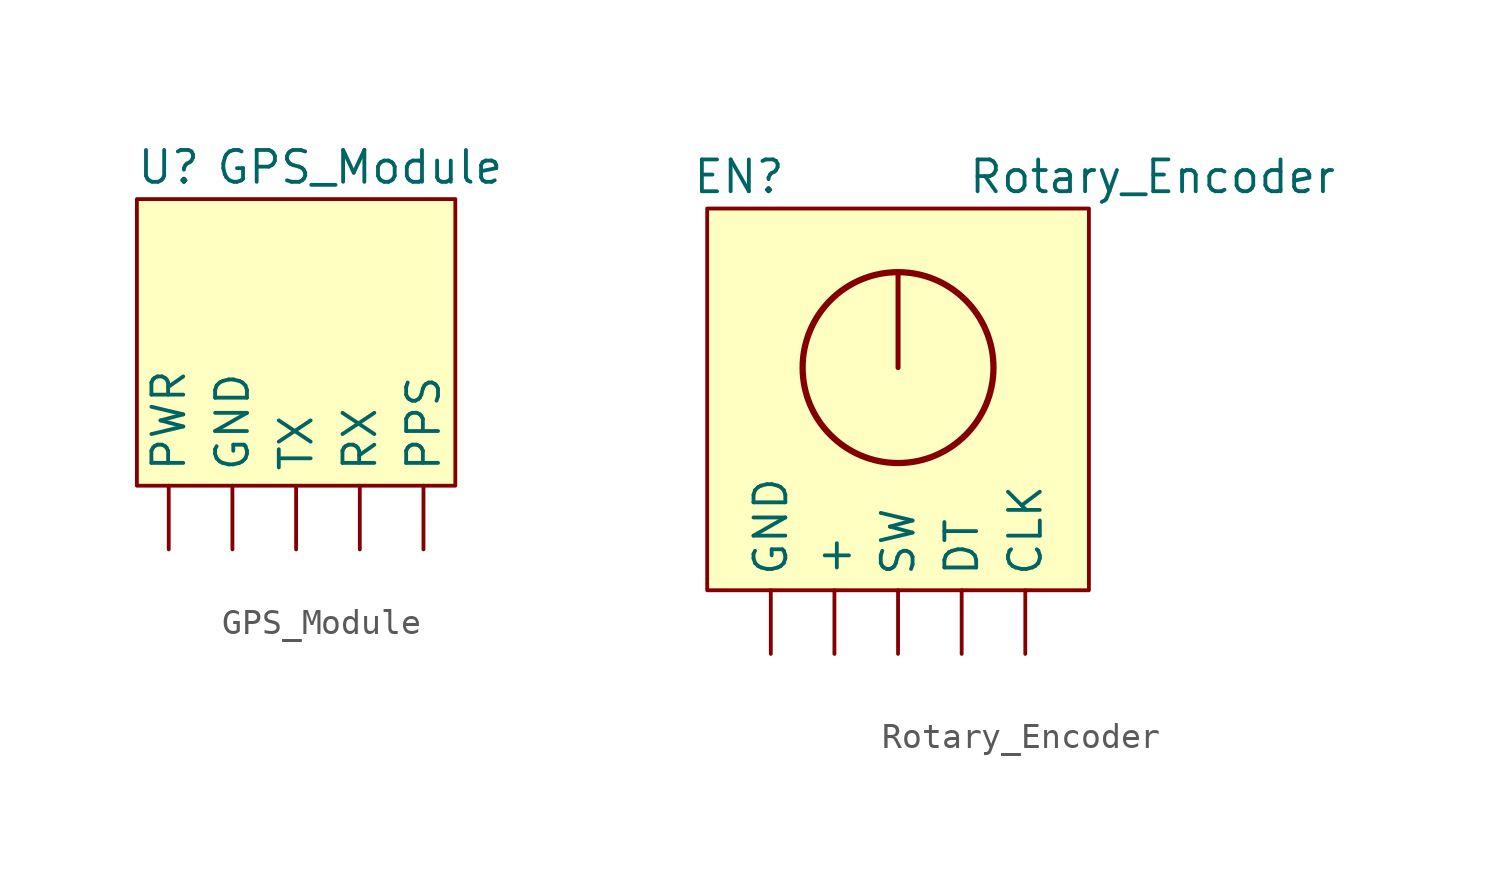
<source format=kicad_sym>
(kicad_symbol_lib
  (version 20211014)
  (generator kicad_symbol_editor)
  (symbol "GPS_Module"
    (property "Reference" "U"
      (at -5.08 7.62 0)
      (effects (font (size 1.27 1.27))))
    (property "Value" "GPS_Module"
      (at 2.54 7.62 0)
      (effects (font (size 1.27 1.27))))
    (symbol "GPS_Module_0_1"
      (rectangle (start -6.35 6.35) (end 6.35 -5.08) (stroke (width 0) (type default) (color 0 0 0 0)) (fill (type background))))
    (symbol "GPS_Module_1_1"
      (pin output line (at -2.54 -7.62 90) (length 2.54) (name "GND" (effects (font (size 1.27 1.27)))) (number "" (effects (font (size 1.27 1.27)))))
      (pin output line (at 5.08 -7.62 90) (length 2.54) (name "PPS" (effects (font (size 1.27 1.27)))) (number "" (effects (font (size 1.27 1.27)))))
      (pin output line (at -5.08 -7.62 90) (length 2.54) (name "PWR" (effects (font (size 1.27 1.27)))) (number "" (effects (font (size 1.27 1.27)))))
      (pin output line (at 2.54 -7.62 90) (length 2.54) (name "RX" (effects (font (size 1.27 1.27)))) (number "" (effects (font (size 1.27 1.27)))))
      (pin output line (at 0 -7.62 90) (length 2.54) (name "TX" (effects (font (size 1.27 1.27)))) (number "" (effects (font (size 1.27 1.27)))))))
  (symbol "Rotary_Encoder"
    (property "Reference" "EN"
      (at -6.35 8.89 0)
      (effects (font (size 1.27 1.27))))
    (property "Value" "Rotary_Encoder"
      (at 10.16 8.89 0)
      (effects (font (size 1.27 1.27))))
    (symbol "Rotary_Encoder_0_1"
      (rectangle (start -7.62 7.62) (end 7.62 -7.62) (stroke (width 0) (type default) (color 0 0 0 0)) (fill (type background)))
      (polyline (pts (xy 0 5.08) (xy 0 1.27)) (stroke (width 0.2) (type default) (color 0 0 0 0)) (fill (type none)))
      (circle (center 0 1.27) (radius 3.81) (stroke (width 0.25) (type default) (color 0 0 0 0)) (fill (type none))))
    (symbol "Rotary_Encoder_1_1"
      (pin input line (at -2.54 -10.16 90) (length 2.54) (name "+" (effects (font (size 1.27 1.27)))) (number "" (effects (font (size 1.27 1.27)))))
      (pin output line (at 5.08 -10.16 90) (length 2.54) (name "CLK" (effects (font (size 1.27 1.27)))) (number "" (effects (font (size 1.27 1.27)))))
      (pin output line (at 2.54 -10.16 90) (length 2.54) (name "DT" (effects (font (size 1.27 1.27)))) (number "" (effects (font (size 1.27 1.27)))))
      (pin input line (at -5.08 -10.16 90) (length 2.54) (name "GND" (effects (font (size 1.27 1.27)))) (number "" (effects (font (size 1.27 1.27)))))
      (pin output line (at 0 -10.16 90) (length 2.54) (name "SW" (effects (font (size 1.27 1.27)))) (number "" (effects (font (size 1.27 1.27))))))))
</source>
